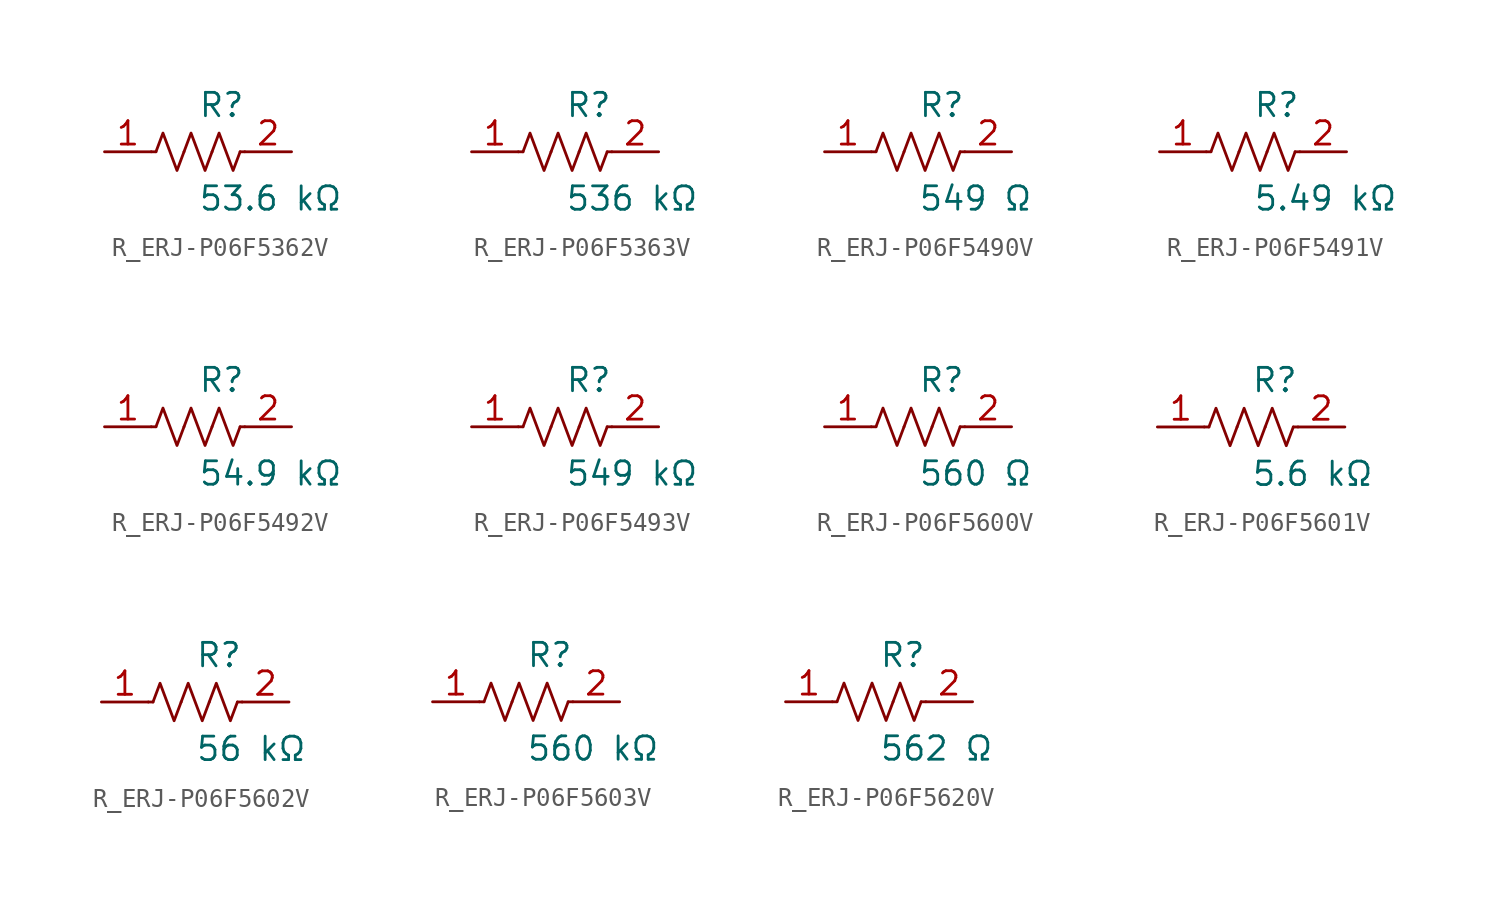
<source format=kicad_sym>
(kicad_symbol_lib
  (version 20231120)
  (generator kicad_symbol_editor)
  (generator_version 8.0)
  (symbol "R_ERJ-P06F5362V"
    (pin_names
      (offset 0.254))
    (property "Reference" "R"
      (at 0.0 2.54 0)
      (effects (font (size 1.27 1.27)) (justify left)))
    (property "Value" "53.6 kΩ"
      (at 0.0 -2.54 0)
      (effects (font (size 1.27 1.27)) (justify left)))
    (symbol "R_ERJ-P06F5362V_0_1"
      (polyline (pts (xy 2.286 0) (xy 2.54 0)) (stroke (width 0) (type default)) (fill (type none)))
      (polyline (pts (xy -2.286 0) (xy -2.54 0)) (stroke (width 0) (type default)) (fill (type none)))
      (polyline (pts (xy 0.762 0) (xy 1.143 1.016) (xy 1.524 0) (xy 1.905 -1.016) (xy 2.286 0)) (stroke (width 0) (type default)) (fill (type none)))
      (polyline (pts (xy -0.762 0) (xy -0.381 1.016) (xy 0 0) (xy 0.381 -1.016) (xy 0.762 0)) (stroke (width 0) (type default)) (fill (type none)))
      (polyline (pts (xy -2.286 0) (xy -1.905 1.016) (xy -1.524 0) (xy -1.143 -1.016) (xy -0.762 0)) (stroke (width 0) (type default)) (fill (type none))))
    (pin unspecified line
      (at -5.08 0 0)
      (length 2.54)
      (name "" (effects (font (size 1.27 1.27))))
      (number "1" (effects (font (size 1.27 1.27)))))
    (pin unspecified line
      (at 5.08 0 180)
      (length 2.54)
      (name "" (effects (font (size 1.27 1.27))))
      (number "2" (effects (font (size 1.27 1.27))))))
  (symbol "R_ERJ-P06F5363V"
    (pin_names
      (offset 0.254))
    (property "Reference" "R"
      (at 0.0 2.54 0)
      (effects (font (size 1.27 1.27)) (justify left)))
    (property "Value" "536 kΩ"
      (at 0.0 -2.54 0)
      (effects (font (size 1.27 1.27)) (justify left)))
    (symbol "R_ERJ-P06F5363V_0_1"
      (polyline (pts (xy 2.286 0) (xy 2.54 0)) (stroke (width 0) (type default)) (fill (type none)))
      (polyline (pts (xy -2.286 0) (xy -2.54 0)) (stroke (width 0) (type default)) (fill (type none)))
      (polyline (pts (xy 0.762 0) (xy 1.143 1.016) (xy 1.524 0) (xy 1.905 -1.016) (xy 2.286 0)) (stroke (width 0) (type default)) (fill (type none)))
      (polyline (pts (xy -0.762 0) (xy -0.381 1.016) (xy 0 0) (xy 0.381 -1.016) (xy 0.762 0)) (stroke (width 0) (type default)) (fill (type none)))
      (polyline (pts (xy -2.286 0) (xy -1.905 1.016) (xy -1.524 0) (xy -1.143 -1.016) (xy -0.762 0)) (stroke (width 0) (type default)) (fill (type none))))
    (pin unspecified line
      (at -5.08 0 0)
      (length 2.54)
      (name "" (effects (font (size 1.27 1.27))))
      (number "1" (effects (font (size 1.27 1.27)))))
    (pin unspecified line
      (at 5.08 0 180)
      (length 2.54)
      (name "" (effects (font (size 1.27 1.27))))
      (number "2" (effects (font (size 1.27 1.27))))))
  (symbol "R_ERJ-P06F5490V"
    (pin_names
      (offset 0.254))
    (property "Reference" "R"
      (at 0.0 2.54 0)
      (effects (font (size 1.27 1.27)) (justify left)))
    (property "Value" "549 Ω"
      (at 0.0 -2.54 0)
      (effects (font (size 1.27 1.27)) (justify left)))
    (symbol "R_ERJ-P06F5490V_0_1"
      (polyline (pts (xy 2.286 0) (xy 2.54 0)) (stroke (width 0) (type default)) (fill (type none)))
      (polyline (pts (xy -2.286 0) (xy -2.54 0)) (stroke (width 0) (type default)) (fill (type none)))
      (polyline (pts (xy 0.762 0) (xy 1.143 1.016) (xy 1.524 0) (xy 1.905 -1.016) (xy 2.286 0)) (stroke (width 0) (type default)) (fill (type none)))
      (polyline (pts (xy -0.762 0) (xy -0.381 1.016) (xy 0 0) (xy 0.381 -1.016) (xy 0.762 0)) (stroke (width 0) (type default)) (fill (type none)))
      (polyline (pts (xy -2.286 0) (xy -1.905 1.016) (xy -1.524 0) (xy -1.143 -1.016) (xy -0.762 0)) (stroke (width 0) (type default)) (fill (type none))))
    (pin unspecified line
      (at -5.08 0 0)
      (length 2.54)
      (name "" (effects (font (size 1.27 1.27))))
      (number "1" (effects (font (size 1.27 1.27)))))
    (pin unspecified line
      (at 5.08 0 180)
      (length 2.54)
      (name "" (effects (font (size 1.27 1.27))))
      (number "2" (effects (font (size 1.27 1.27))))))
  (symbol "R_ERJ-P06F5491V"
    (pin_names
      (offset 0.254))
    (property "Reference" "R"
      (at 0.0 2.54 0)
      (effects (font (size 1.27 1.27)) (justify left)))
    (property "Value" "5.49 kΩ"
      (at 0.0 -2.54 0)
      (effects (font (size 1.27 1.27)) (justify left)))
    (symbol "R_ERJ-P06F5491V_0_1"
      (polyline (pts (xy 2.286 0) (xy 2.54 0)) (stroke (width 0) (type default)) (fill (type none)))
      (polyline (pts (xy -2.286 0) (xy -2.54 0)) (stroke (width 0) (type default)) (fill (type none)))
      (polyline (pts (xy 0.762 0) (xy 1.143 1.016) (xy 1.524 0) (xy 1.905 -1.016) (xy 2.286 0)) (stroke (width 0) (type default)) (fill (type none)))
      (polyline (pts (xy -0.762 0) (xy -0.381 1.016) (xy 0 0) (xy 0.381 -1.016) (xy 0.762 0)) (stroke (width 0) (type default)) (fill (type none)))
      (polyline (pts (xy -2.286 0) (xy -1.905 1.016) (xy -1.524 0) (xy -1.143 -1.016) (xy -0.762 0)) (stroke (width 0) (type default)) (fill (type none))))
    (pin unspecified line
      (at -5.08 0 0)
      (length 2.54)
      (name "" (effects (font (size 1.27 1.27))))
      (number "1" (effects (font (size 1.27 1.27)))))
    (pin unspecified line
      (at 5.08 0 180)
      (length 2.54)
      (name "" (effects (font (size 1.27 1.27))))
      (number "2" (effects (font (size 1.27 1.27))))))
  (symbol "R_ERJ-P06F5492V"
    (pin_names
      (offset 0.254))
    (property "Reference" "R"
      (at 0.0 2.54 0)
      (effects (font (size 1.27 1.27)) (justify left)))
    (property "Value" "54.9 kΩ"
      (at 0.0 -2.54 0)
      (effects (font (size 1.27 1.27)) (justify left)))
    (symbol "R_ERJ-P06F5492V_0_1"
      (polyline (pts (xy 2.286 0) (xy 2.54 0)) (stroke (width 0) (type default)) (fill (type none)))
      (polyline (pts (xy -2.286 0) (xy -2.54 0)) (stroke (width 0) (type default)) (fill (type none)))
      (polyline (pts (xy 0.762 0) (xy 1.143 1.016) (xy 1.524 0) (xy 1.905 -1.016) (xy 2.286 0)) (stroke (width 0) (type default)) (fill (type none)))
      (polyline (pts (xy -0.762 0) (xy -0.381 1.016) (xy 0 0) (xy 0.381 -1.016) (xy 0.762 0)) (stroke (width 0) (type default)) (fill (type none)))
      (polyline (pts (xy -2.286 0) (xy -1.905 1.016) (xy -1.524 0) (xy -1.143 -1.016) (xy -0.762 0)) (stroke (width 0) (type default)) (fill (type none))))
    (pin unspecified line
      (at -5.08 0 0)
      (length 2.54)
      (name "" (effects (font (size 1.27 1.27))))
      (number "1" (effects (font (size 1.27 1.27)))))
    (pin unspecified line
      (at 5.08 0 180)
      (length 2.54)
      (name "" (effects (font (size 1.27 1.27))))
      (number "2" (effects (font (size 1.27 1.27))))))
  (symbol "R_ERJ-P06F5493V"
    (pin_names
      (offset 0.254))
    (property "Reference" "R"
      (at 0.0 2.54 0)
      (effects (font (size 1.27 1.27)) (justify left)))
    (property "Value" "549 kΩ"
      (at 0.0 -2.54 0)
      (effects (font (size 1.27 1.27)) (justify left)))
    (symbol "R_ERJ-P06F5493V_0_1"
      (polyline (pts (xy 2.286 0) (xy 2.54 0)) (stroke (width 0) (type default)) (fill (type none)))
      (polyline (pts (xy -2.286 0) (xy -2.54 0)) (stroke (width 0) (type default)) (fill (type none)))
      (polyline (pts (xy 0.762 0) (xy 1.143 1.016) (xy 1.524 0) (xy 1.905 -1.016) (xy 2.286 0)) (stroke (width 0) (type default)) (fill (type none)))
      (polyline (pts (xy -0.762 0) (xy -0.381 1.016) (xy 0 0) (xy 0.381 -1.016) (xy 0.762 0)) (stroke (width 0) (type default)) (fill (type none)))
      (polyline (pts (xy -2.286 0) (xy -1.905 1.016) (xy -1.524 0) (xy -1.143 -1.016) (xy -0.762 0)) (stroke (width 0) (type default)) (fill (type none))))
    (pin unspecified line
      (at -5.08 0 0)
      (length 2.54)
      (name "" (effects (font (size 1.27 1.27))))
      (number "1" (effects (font (size 1.27 1.27)))))
    (pin unspecified line
      (at 5.08 0 180)
      (length 2.54)
      (name "" (effects (font (size 1.27 1.27))))
      (number "2" (effects (font (size 1.27 1.27))))))
  (symbol "R_ERJ-P06F5600V"
    (pin_names
      (offset 0.254))
    (property "Reference" "R"
      (at 0.0 2.54 0)
      (effects (font (size 1.27 1.27)) (justify left)))
    (property "Value" "560 Ω"
      (at 0.0 -2.54 0)
      (effects (font (size 1.27 1.27)) (justify left)))
    (symbol "R_ERJ-P06F5600V_0_1"
      (polyline (pts (xy 2.286 0) (xy 2.54 0)) (stroke (width 0) (type default)) (fill (type none)))
      (polyline (pts (xy -2.286 0) (xy -2.54 0)) (stroke (width 0) (type default)) (fill (type none)))
      (polyline (pts (xy 0.762 0) (xy 1.143 1.016) (xy 1.524 0) (xy 1.905 -1.016) (xy 2.286 0)) (stroke (width 0) (type default)) (fill (type none)))
      (polyline (pts (xy -0.762 0) (xy -0.381 1.016) (xy 0 0) (xy 0.381 -1.016) (xy 0.762 0)) (stroke (width 0) (type default)) (fill (type none)))
      (polyline (pts (xy -2.286 0) (xy -1.905 1.016) (xy -1.524 0) (xy -1.143 -1.016) (xy -0.762 0)) (stroke (width 0) (type default)) (fill (type none))))
    (pin unspecified line
      (at -5.08 0 0)
      (length 2.54)
      (name "" (effects (font (size 1.27 1.27))))
      (number "1" (effects (font (size 1.27 1.27)))))
    (pin unspecified line
      (at 5.08 0 180)
      (length 2.54)
      (name "" (effects (font (size 1.27 1.27))))
      (number "2" (effects (font (size 1.27 1.27))))))
  (symbol "R_ERJ-P06F5601V"
    (pin_names
      (offset 0.254))
    (property "Reference" "R"
      (at 0.0 2.54 0)
      (effects (font (size 1.27 1.27)) (justify left)))
    (property "Value" "5.6 kΩ"
      (at 0.0 -2.54 0)
      (effects (font (size 1.27 1.27)) (justify left)))
    (symbol "R_ERJ-P06F5601V_0_1"
      (polyline (pts (xy 2.286 0) (xy 2.54 0)) (stroke (width 0) (type default)) (fill (type none)))
      (polyline (pts (xy -2.286 0) (xy -2.54 0)) (stroke (width 0) (type default)) (fill (type none)))
      (polyline (pts (xy 0.762 0) (xy 1.143 1.016) (xy 1.524 0) (xy 1.905 -1.016) (xy 2.286 0)) (stroke (width 0) (type default)) (fill (type none)))
      (polyline (pts (xy -0.762 0) (xy -0.381 1.016) (xy 0 0) (xy 0.381 -1.016) (xy 0.762 0)) (stroke (width 0) (type default)) (fill (type none)))
      (polyline (pts (xy -2.286 0) (xy -1.905 1.016) (xy -1.524 0) (xy -1.143 -1.016) (xy -0.762 0)) (stroke (width 0) (type default)) (fill (type none))))
    (pin unspecified line
      (at -5.08 0 0)
      (length 2.54)
      (name "" (effects (font (size 1.27 1.27))))
      (number "1" (effects (font (size 1.27 1.27)))))
    (pin unspecified line
      (at 5.08 0 180)
      (length 2.54)
      (name "" (effects (font (size 1.27 1.27))))
      (number "2" (effects (font (size 1.27 1.27))))))
  (symbol "R_ERJ-P06F5602V"
    (pin_names
      (offset 0.254))
    (property "Reference" "R"
      (at 0.0 2.54 0)
      (effects (font (size 1.27 1.27)) (justify left)))
    (property "Value" "56 kΩ"
      (at 0.0 -2.54 0)
      (effects (font (size 1.27 1.27)) (justify left)))
    (symbol "R_ERJ-P06F5602V_0_1"
      (polyline (pts (xy 2.286 0) (xy 2.54 0)) (stroke (width 0) (type default)) (fill (type none)))
      (polyline (pts (xy -2.286 0) (xy -2.54 0)) (stroke (width 0) (type default)) (fill (type none)))
      (polyline (pts (xy 0.762 0) (xy 1.143 1.016) (xy 1.524 0) (xy 1.905 -1.016) (xy 2.286 0)) (stroke (width 0) (type default)) (fill (type none)))
      (polyline (pts (xy -0.762 0) (xy -0.381 1.016) (xy 0 0) (xy 0.381 -1.016) (xy 0.762 0)) (stroke (width 0) (type default)) (fill (type none)))
      (polyline (pts (xy -2.286 0) (xy -1.905 1.016) (xy -1.524 0) (xy -1.143 -1.016) (xy -0.762 0)) (stroke (width 0) (type default)) (fill (type none))))
    (pin unspecified line
      (at -5.08 0 0)
      (length 2.54)
      (name "" (effects (font (size 1.27 1.27))))
      (number "1" (effects (font (size 1.27 1.27)))))
    (pin unspecified line
      (at 5.08 0 180)
      (length 2.54)
      (name "" (effects (font (size 1.27 1.27))))
      (number "2" (effects (font (size 1.27 1.27))))))
  (symbol "R_ERJ-P06F5603V"
    (pin_names
      (offset 0.254))
    (property "Reference" "R"
      (at 0.0 2.54 0)
      (effects (font (size 1.27 1.27)) (justify left)))
    (property "Value" "560 kΩ"
      (at 0.0 -2.54 0)
      (effects (font (size 1.27 1.27)) (justify left)))
    (symbol "R_ERJ-P06F5603V_0_1"
      (polyline (pts (xy 2.286 0) (xy 2.54 0)) (stroke (width 0) (type default)) (fill (type none)))
      (polyline (pts (xy -2.286 0) (xy -2.54 0)) (stroke (width 0) (type default)) (fill (type none)))
      (polyline (pts (xy 0.762 0) (xy 1.143 1.016) (xy 1.524 0) (xy 1.905 -1.016) (xy 2.286 0)) (stroke (width 0) (type default)) (fill (type none)))
      (polyline (pts (xy -0.762 0) (xy -0.381 1.016) (xy 0 0) (xy 0.381 -1.016) (xy 0.762 0)) (stroke (width 0) (type default)) (fill (type none)))
      (polyline (pts (xy -2.286 0) (xy -1.905 1.016) (xy -1.524 0) (xy -1.143 -1.016) (xy -0.762 0)) (stroke (width 0) (type default)) (fill (type none))))
    (pin unspecified line
      (at -5.08 0 0)
      (length 2.54)
      (name "" (effects (font (size 1.27 1.27))))
      (number "1" (effects (font (size 1.27 1.27)))))
    (pin unspecified line
      (at 5.08 0 180)
      (length 2.54)
      (name "" (effects (font (size 1.27 1.27))))
      (number "2" (effects (font (size 1.27 1.27))))))
  (symbol "R_ERJ-P06F5620V"
    (pin_names
      (offset 0.254))
    (property "Reference" "R"
      (at 0.0 2.54 0)
      (effects (font (size 1.27 1.27)) (justify left)))
    (property "Value" "562 Ω"
      (at 0.0 -2.54 0)
      (effects (font (size 1.27 1.27)) (justify left)))
    (symbol "R_ERJ-P06F5620V_0_1"
      (polyline (pts (xy 2.286 0) (xy 2.54 0)) (stroke (width 0) (type default)) (fill (type none)))
      (polyline (pts (xy -2.286 0) (xy -2.54 0)) (stroke (width 0) (type default)) (fill (type none)))
      (polyline (pts (xy 0.762 0) (xy 1.143 1.016) (xy 1.524 0) (xy 1.905 -1.016) (xy 2.286 0)) (stroke (width 0) (type default)) (fill (type none)))
      (polyline (pts (xy -0.762 0) (xy -0.381 1.016) (xy 0 0) (xy 0.381 -1.016) (xy 0.762 0)) (stroke (width 0) (type default)) (fill (type none)))
      (polyline (pts (xy -2.286 0) (xy -1.905 1.016) (xy -1.524 0) (xy -1.143 -1.016) (xy -0.762 0)) (stroke (width 0) (type default)) (fill (type none))))
    (pin unspecified line
      (at -5.08 0 0)
      (length 2.54)
      (name "" (effects (font (size 1.27 1.27))))
      (number "1" (effects (font (size 1.27 1.27)))))
    (pin unspecified line
      (at 5.08 0 180)
      (length 2.54)
      (name "" (effects (font (size 1.27 1.27))))
      (number "2" (effects (font (size 1.27 1.27)))))))
</source>
